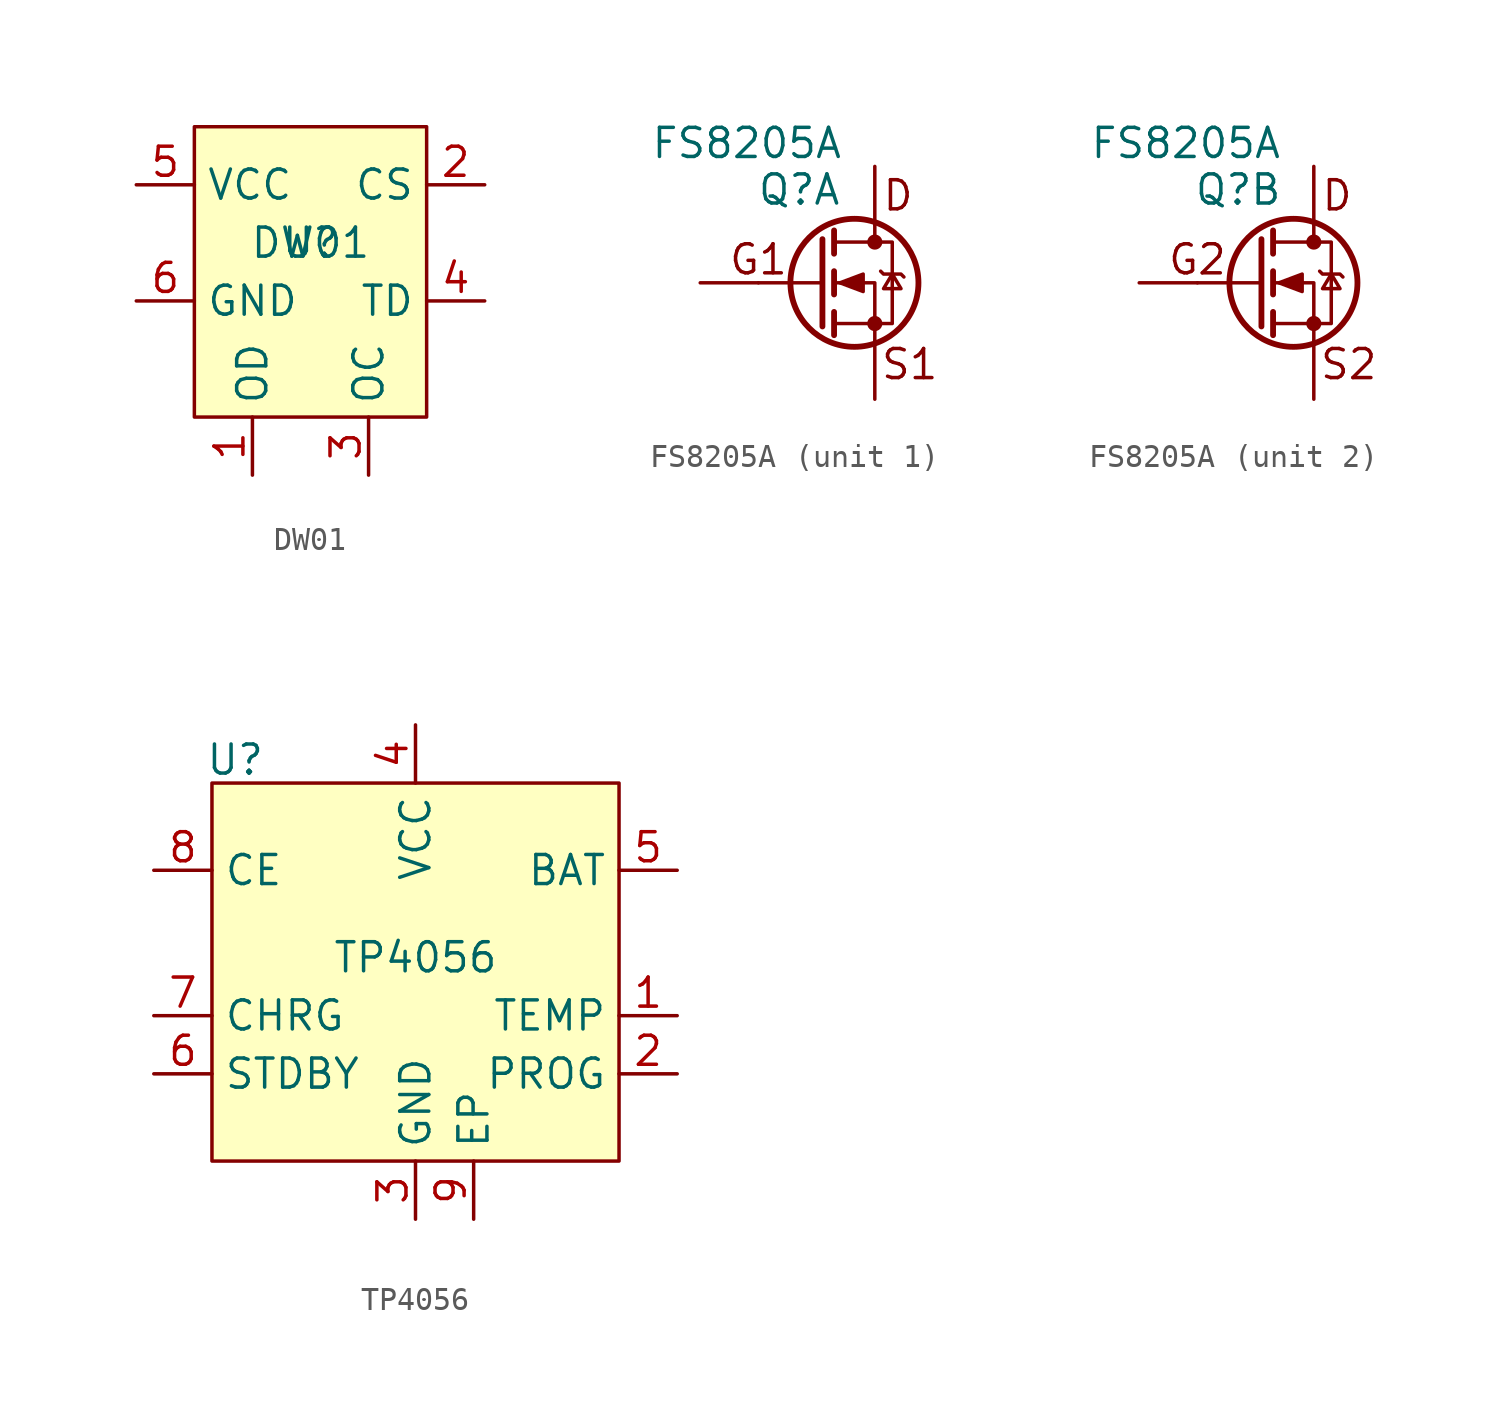
<source format=kicad_sym>
(kicad_symbol_lib
  (version 20241209)
  (generator "kicad_symbol_editor")
  (generator_version "9.0")
  (symbol "DW01"
    (property "Reference" "U"
      (at 0 0 0)
      (effects (font (size 1.27 1.27))))
    (property "Value" "DW01"
      (at 0 0 0)
      (effects (font (size 1.27 1.27))))
    (symbol "DW01_0_0"
      (pin power_in line (at -7.62 2.54 0) (length 2.54) (name "VCC" (effects (font (size 1.27 1.27)))) (number "5" (effects (font (size 1.27 1.27)))))
      (pin power_in line (at -7.62 -2.54 0) (length 2.54) (name "GND" (effects (font (size 1.27 1.27)))) (number "6" (effects (font (size 1.27 1.27)))))
      (pin bidirectional line (at -2.54 -10.16 90) (length 2.54) (name "OD" (effects (font (size 1.27 1.27)))) (number "1" (effects (font (size 1.27 1.27)))))
      (pin bidirectional line (at 2.54 -10.16 90) (length 2.54) (name "OC" (effects (font (size 1.27 1.27)))) (number "3" (effects (font (size 1.27 1.27)))))
      (pin bidirectional line (at 7.62 2.54 180) (length 2.54) (name "CS" (effects (font (size 1.27 1.27)))) (number "2" (effects (font (size 1.27 1.27)))))
      (pin bidirectional line (at 7.62 -2.54 180) (length 2.54) (name "TD" (effects (font (size 1.27 1.27)))) (number "4" (effects (font (size 1.27 1.27))))))
    (symbol "DW01_1_1"
      (rectangle (start -5.08 5.08) (end 5.08 -7.62) (stroke (width 0) (type default)) (fill (type background)))))
  (symbol "FS8205A"
    (pin_numbers
      (hide yes))
    (pin_names
      (hide yes))
    (property "Reference" "Q"
      (at -3.302 4.064 0)
      (effects (font (size 1.27 1.27))))
    (property "Value" "FS8205A"
      (at -5.588 6.096 0)
      (effects (font (size 1.27 1.27))))
    (property "ki_locked" ""
      (at 0 0 0)
      (effects (font (size 1.27 1.27))))
    (symbol "FS8205A_0_1"
      (polyline (pts (xy -2.286 1.905) (xy -2.286 -1.905)) (stroke (width 0.254) (type default)) (fill (type none)))
      (polyline (pts (xy -2.286 0) (xy -5.08 0)) (stroke (width 0) (type default)) (fill (type none)))
      (polyline (pts (xy -1.778 2.286) (xy -1.778 1.27)) (stroke (width 0.254) (type default)) (fill (type none)))
      (polyline (pts (xy -1.778 0.508) (xy -1.778 -0.508)) (stroke (width 0.254) (type default)) (fill (type none)))
      (polyline (pts (xy -1.778 -1.27) (xy -1.778 -2.286)) (stroke (width 0.254) (type default)) (fill (type none)))
      (polyline (pts (xy -1.778 -1.778) (xy 0.762 -1.778) (xy 0.762 1.778) (xy -1.778 1.778)) (stroke (width 0) (type default)) (fill (type none)))
      (polyline (pts (xy -1.524 0) (xy -0.508 0.381) (xy -0.508 -0.381) (xy -1.524 0)) (stroke (width 0) (type default)) (fill (type outline)))
      (circle (center -0.889 0) (radius 2.794) (stroke (width 0.254) (type default)) (fill (type none)))
      (polyline (pts (xy 0 2.54) (xy 0 1.778)) (stroke (width 0) (type default)) (fill (type none)))
      (circle (center 0 1.778) (radius 0.254) (stroke (width 0) (type default)) (fill (type outline)))
      (circle (center 0 -1.778) (radius 0.254) (stroke (width 0) (type default)) (fill (type outline)))
      (polyline (pts (xy 0 -2.54) (xy 0 0) (xy -1.778 0)) (stroke (width 0) (type default)) (fill (type none)))
      (polyline (pts (xy 0.254 0.508) (xy 0.381 0.381) (xy 1.143 0.381) (xy 1.27 0.254)) (stroke (width 0) (type default)) (fill (type none)))
      (polyline (pts (xy 0.762 0.381) (xy 0.381 -0.254) (xy 1.143 -0.254) (xy 0.762 0.381)) (stroke (width 0) (type default)) (fill (type none))))
    (symbol "FS8205A_1_1"
      (text "G1" (at -5.08 1.016 0) (effects (font (size 1.27 1.27))))
      (text "D" (at 1.016 3.81 0) (effects (font (size 1.27 1.27))))
      (text "S1" (at 1.524 -3.556 0) (effects (font (size 1.27 1.27))))
      (pin input line (at -7.62 0 0) (length 2.54) (name "G1" (effects (font (size 1.27 1.27)))) (number "G1" (effects (font (size 1.27 1.27)))))
      (pin passive line (at 0 5.08 270) (length 2.54) (name "D1/D2" (effects (font (size 1.27 1.27)))) (number "D1/D2" (effects (font (size 1.27 1.27)))))
      (pin passive line (at 0 -5.08 90) (length 2.54) (name "S1" (effects (font (size 1.27 1.27)))) (number "S1" (effects (font (size 1.27 1.27))))))
    (symbol "FS8205A_2_1"
      (text "G2" (at -5.08 1.016 0) (effects (font (size 1.27 1.27))))
      (text "D" (at 1.016 3.81 0) (effects (font (size 1.27 1.27))))
      (text "S2" (at 1.524 -3.556 0) (effects (font (size 1.27 1.27))))
      (pin input line (at -7.62 0 0) (length 2.54) (name "G2" (effects (font (size 1.27 1.27)))) (number "G2" (effects (font (size 1.27 1.27)))))
      (pin passive line (at 0 5.08 270) (length 2.54) (name "D1/D2" (effects (font (size 1.27 1.27)))) (number "D1/D2" (effects (font (size 1.27 1.27)))))
      (pin passive line (at 0 -5.08 90) (length 2.54) (name "S2" (effects (font (size 1.27 1.27)))) (number "S2" (effects (font (size 1.27 1.27)))))))
  (symbol "TP4056"
    (property "Reference" "U"
      (at -7.874 8.636 0)
      (effects (font (size 1.27 1.27))))
    (property "Value" "TP4056"
      (at 0 0 0)
      (effects (font (size 1.27 1.27))))
    (symbol "TP4056_0_0"
      (pin bidirectional line (at -11.43 3.81 0) (length 2.54) (name "CE" (effects (font (size 1.27 1.27)))) (number "8" (effects (font (size 1.27 1.27)))))
      (pin bidirectional line (at -11.43 -2.54 0) (length 2.54) (name "CHRG" (effects (font (size 1.27 1.27)))) (number "7" (effects (font (size 1.27 1.27)))))
      (pin bidirectional line (at -11.43 -5.08 0) (length 2.54) (name "STDBY" (effects (font (size 1.27 1.27)))) (number "6" (effects (font (size 1.27 1.27)))))
      (pin power_in line (at 0 10.16 270) (length 2.54) (name "VCC" (effects (font (size 1.27 1.27)))) (number "4" (effects (font (size 1.27 1.27)))))
      (pin power_in line (at 0 -11.43 90) (length 2.54) (name "GND" (effects (font (size 1.27 1.27)))) (number "3" (effects (font (size 1.27 1.27)))))
      (pin power_in line (at 11.43 3.81 180) (length 2.54) (name "BAT" (effects (font (size 1.27 1.27)))) (number "5" (effects (font (size 1.27 1.27)))))
      (pin bidirectional line (at 11.43 -2.54 180) (length 2.54) (name "TEMP" (effects (font (size 1.27 1.27)))) (number "1" (effects (font (size 1.27 1.27)))))
      (pin bidirectional line (at 11.43 -5.08 180) (length 2.54) (name "PROG" (effects (font (size 1.27 1.27)))) (number "2" (effects (font (size 1.27 1.27))))))
    (symbol "TP4056_1_1"
      (rectangle (start -8.89 7.62) (end 8.89 -8.89) (stroke (width 0) (type default)) (fill (type background)))
      (pin power_in line (at 2.54 -11.43 90) (length 2.54) (name "EP" (effects (font (size 1.27 1.27)))) (number "9" (effects (font (size 1.27 1.27))))))))
</source>
